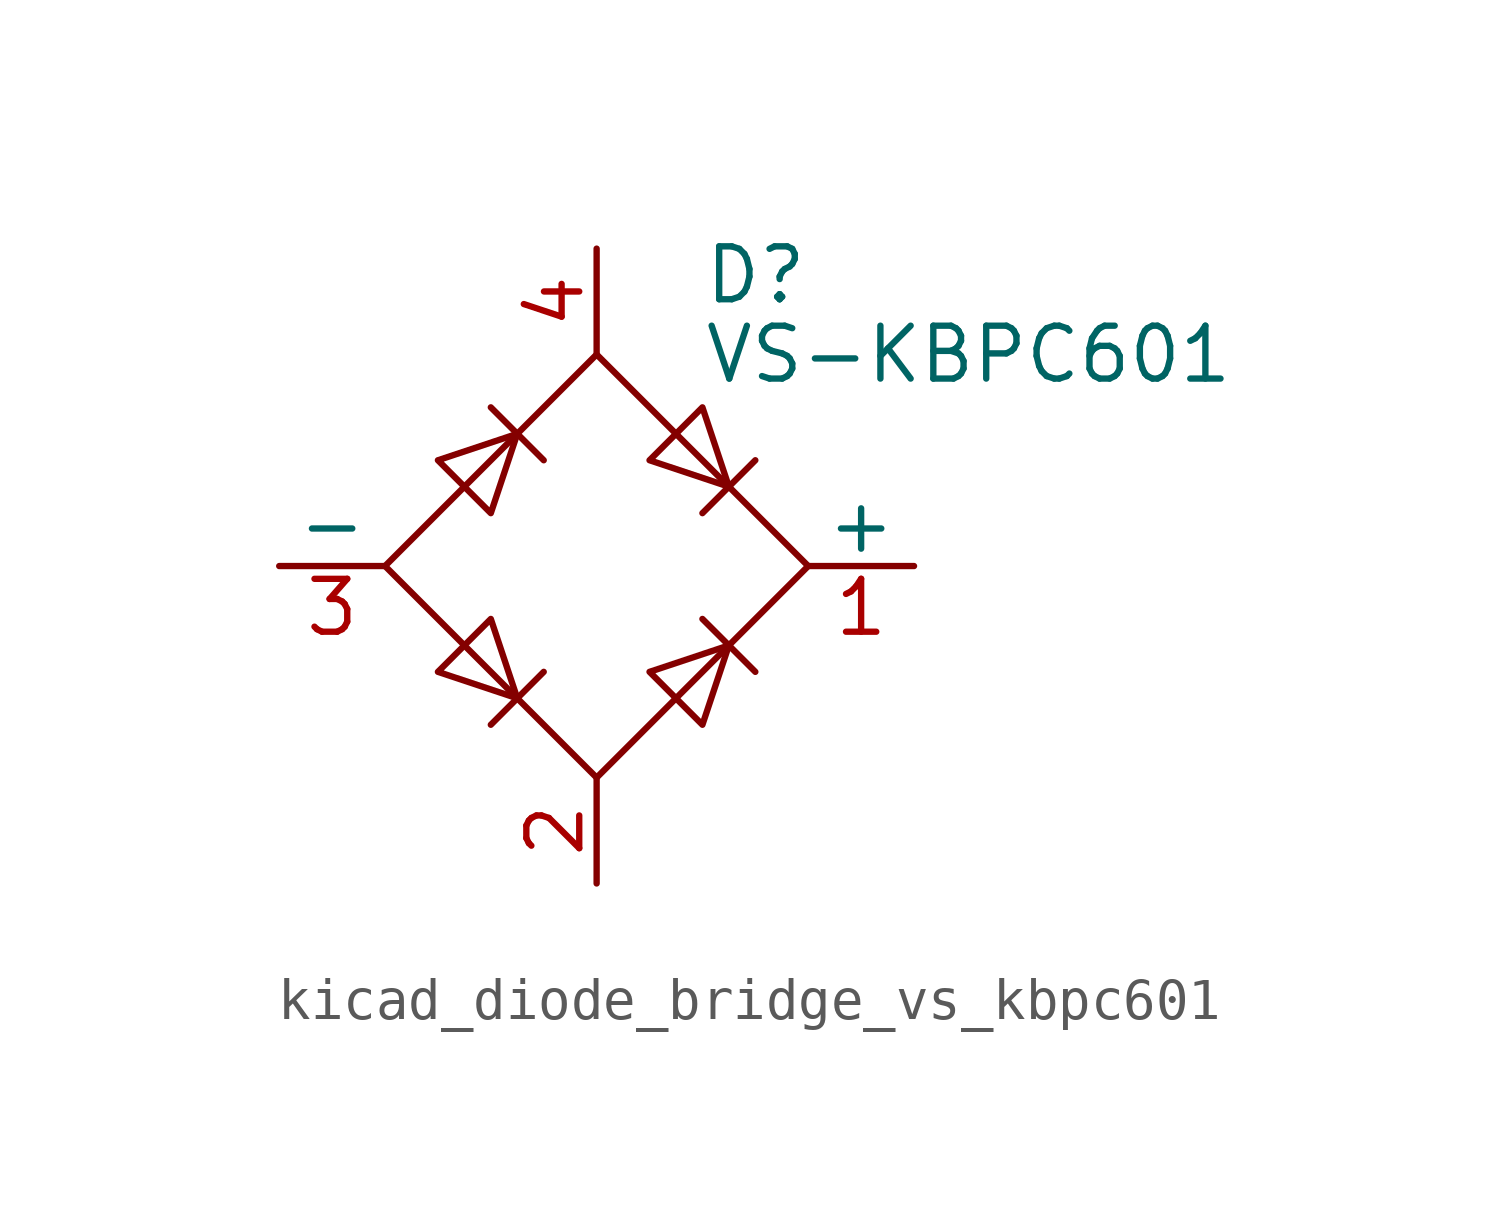
<source format=kicad_sym>
(kicad_symbol_lib
  (version 20220914)
  (generator kicad_symbol_editor)
  (symbol "kicad_diode_bridge_vs_kbpc601"
    (pin_names
      (offset 0))
    (property "Reference" "D"
      (at 2.54 6.985 0)
      (effects (font (size 1.27 1.27)) (justify left)))
    (property "Value" "VS-KBPC601"
      (at 2.54 5.08 0)
      (effects (font (size 1.27 1.27)) (justify left)))
    (symbol "kicad_diode_bridge_vs_kbpc601_0_1"
      (polyline (pts (xy -2.54 3.81) (xy -1.27 2.54)) (stroke (width 0) (type default)) (fill (type none)))
      (polyline (pts (xy -1.27 -2.54) (xy -2.54 -3.81)) (stroke (width 0) (type default)) (fill (type none)))
      (polyline (pts (xy 2.54 -1.27) (xy 3.81 -2.54)) (stroke (width 0) (type default)) (fill (type none)))
      (polyline (pts (xy 2.54 1.27) (xy 3.81 2.54)) (stroke (width 0) (type default)) (fill (type none)))
      (polyline (pts (xy -3.81 2.54) (xy -2.54 1.27) (xy -1.905 3.175) (xy -3.81 2.54)) (stroke (width 0) (type default)) (fill (type none)))
      (polyline (pts (xy -2.54 -1.27) (xy -3.81 -2.54) (xy -1.905 -3.175) (xy -2.54 -1.27)) (stroke (width 0) (type default)) (fill (type none)))
      (polyline (pts (xy 1.27 2.54) (xy 2.54 3.81) (xy 3.175 1.905) (xy 1.27 2.54)) (stroke (width 0) (type default)) (fill (type none)))
      (polyline (pts (xy 3.175 -1.905) (xy 1.27 -2.54) (xy 2.54 -3.81) (xy 3.175 -1.905)) (stroke (width 0) (type default)) (fill (type none)))
      (polyline (pts (xy -5.08 0) (xy 0 -5.08) (xy 5.08 0) (xy 0 5.08) (xy -5.08 0)) (stroke (width 0) (type default)) (fill (type none))))
    (symbol "kicad_diode_bridge_vs_kbpc601_1_1"
      (pin passive line (at 7.62 0 180) (length 2.54) (name "+" (effects (font (size 1.27 1.27)))) (number "1" (effects (font (size 1.27 1.27)))))
      (pin passive line (at 0 -7.62 90) (length 2.54) (name "~" (effects (font (size 1.27 1.27)))) (number "2" (effects (font (size 1.27 1.27)))))
      (pin passive line (at -7.62 0 0) (length 2.54) (name "-" (effects (font (size 1.27 1.27)))) (number "3" (effects (font (size 1.27 1.27)))))
      (pin passive line (at 0 7.62 270) (length 2.54) (name "~" (effects (font (size 1.27 1.27)))) (number "4" (effects (font (size 1.27 1.27))))))))
</source>
